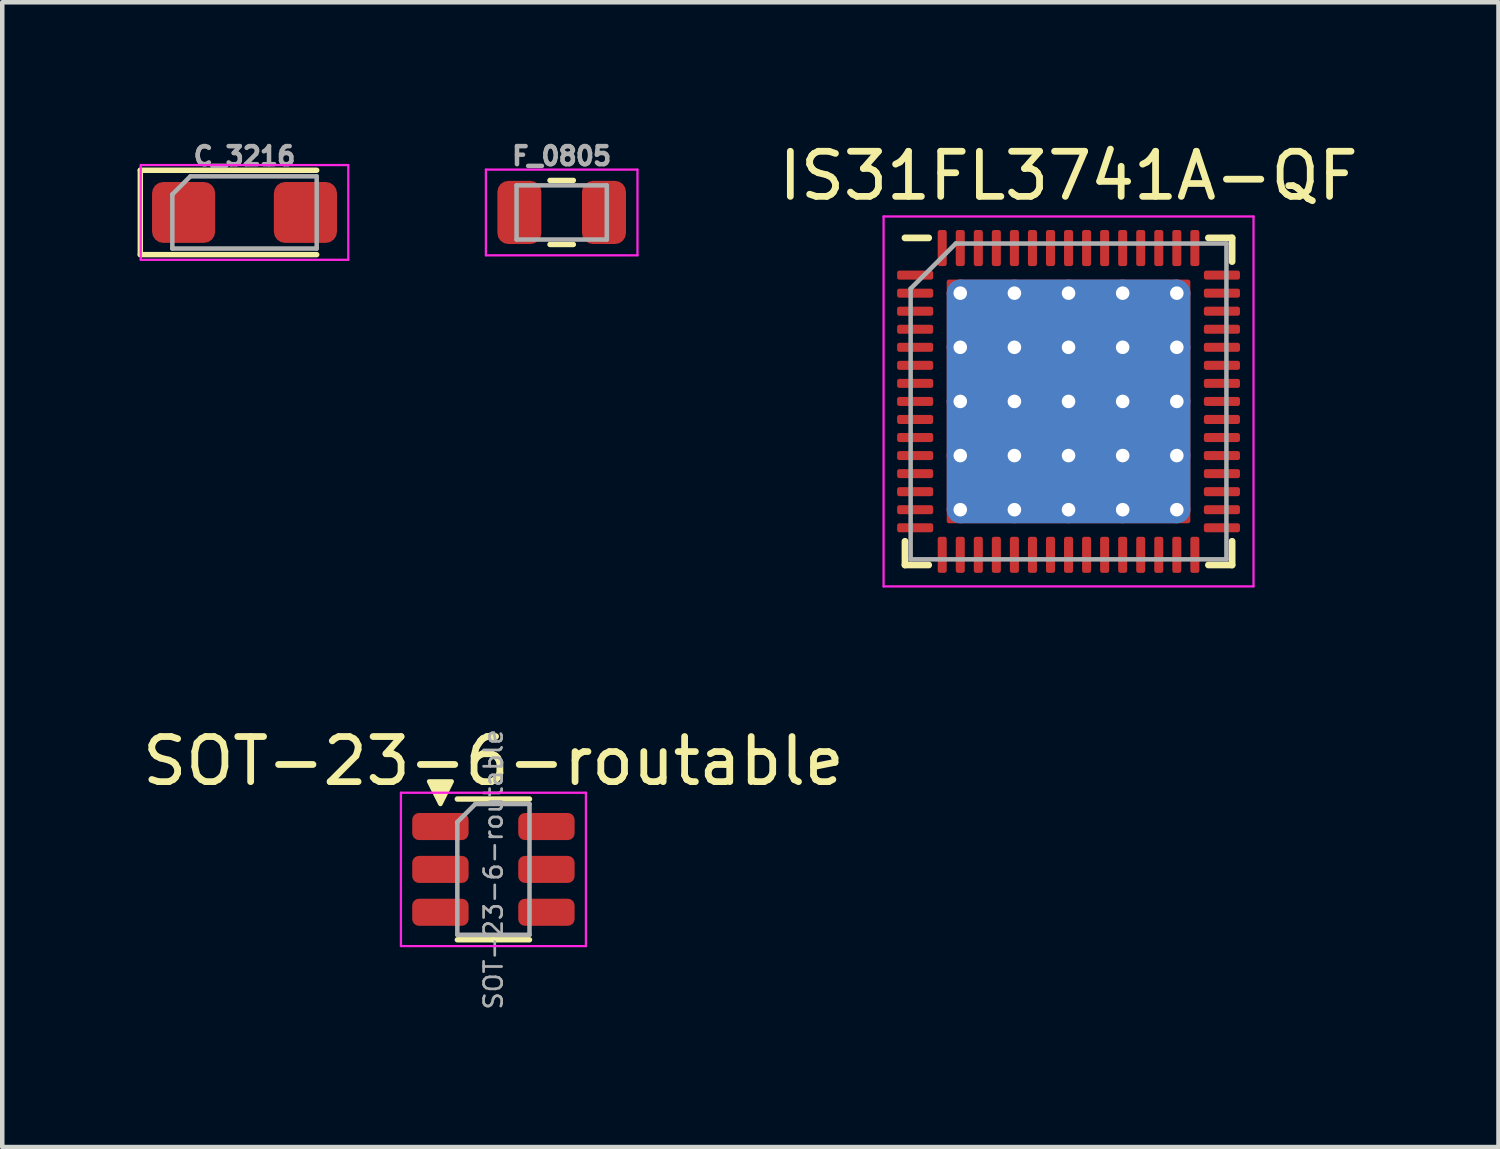
<source format=kicad_pcb>
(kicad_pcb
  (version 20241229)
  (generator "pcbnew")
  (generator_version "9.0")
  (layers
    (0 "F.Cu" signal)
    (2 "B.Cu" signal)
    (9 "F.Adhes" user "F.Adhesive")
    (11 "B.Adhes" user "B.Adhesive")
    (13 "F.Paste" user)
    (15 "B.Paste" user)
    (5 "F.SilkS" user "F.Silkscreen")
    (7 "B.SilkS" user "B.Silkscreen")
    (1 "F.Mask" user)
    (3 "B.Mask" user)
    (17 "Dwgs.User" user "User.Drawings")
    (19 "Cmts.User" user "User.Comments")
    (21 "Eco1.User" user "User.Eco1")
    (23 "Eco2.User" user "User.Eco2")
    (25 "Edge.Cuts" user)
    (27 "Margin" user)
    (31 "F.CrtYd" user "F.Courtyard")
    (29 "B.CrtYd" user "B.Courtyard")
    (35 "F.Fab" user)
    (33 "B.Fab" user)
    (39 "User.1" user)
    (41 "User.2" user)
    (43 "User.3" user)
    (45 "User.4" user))
  (footprint "SOT-23-6-routable"
    (layer "F.Cu")
    (at 7.887 16.221)
    (property "Reference" "SOT-23-6-routable" (at 0 -2.4 0) (layer "F.SilkS") (effects (font (size 1 1) (thickness 0.15))))
    (property "Value" "${VALUE}" (at 0 2 0) (layer "F.Fab") (hide yes) (effects (font (size 0.4 0.4) (thickness 0.15))))
    (attr smd)
    (fp_line (start -0.8 -1.56) (end 0.8 -1.56) (stroke (width 0.12) (type solid)) (layer "F.SilkS"))
    (fp_line (start 0 1.56) (end -0.8 1.56) (stroke (width 0.12) (type solid)) (layer "F.SilkS"))
    (fp_line (start 0 1.56) (end 0.8 1.56) (stroke (width 0.12) (type solid)) (layer "F.SilkS"))
    (fp_poly (pts (xy -1.175 -1.45) (xy -1.425 -1.95) (xy -0.925 -1.95)) (stroke (width 0.1) (type solid)) (fill yes) (layer "F.SilkS"))
    (fp_line (start -2.05 -1.7) (end -2.05 1.7) (stroke (width 0.05) (type solid)) (layer "F.CrtYd"))
    (fp_line (start -2.05 1.7) (end 2.05 1.7) (stroke (width 0.05) (type solid)) (layer "F.CrtYd"))
    (fp_line (start 2.05 -1.7) (end -2.05 -1.7) (stroke (width 0.05) (type solid)) (layer "F.CrtYd"))
    (fp_line (start 2.05 1.7) (end 2.05 -1.7) (stroke (width 0.05) (type solid)) (layer "F.CrtYd"))
    (fp_line (start -0.8 -1.05) (end -0.4 -1.45) (stroke (width 0.1) (type solid)) (layer "F.Fab"))
    (fp_line (start -0.8 1.45) (end -0.8 -1.05) (stroke (width 0.1) (type solid)) (layer "F.Fab"))
    (fp_line (start -0.4 -1.45) (end 0.8 -1.45) (stroke (width 0.1) (type solid)) (layer "F.Fab"))
    (fp_line (start 0.8 -1.45) (end 0.8 1.45) (stroke (width 0.1) (type solid)) (layer "F.Fab"))
    (fp_line (start 0.8 1.45) (end -0.8 1.45) (stroke (width 0.1) (type solid)) (layer "F.Fab"))
    (fp_text user "${REFERENCE}" (at 0 0 90) (layer "F.Fab") (effects (font (size 0.4 0.4) (thickness 0.06))))
    (pad "1" smd roundrect (at -1.175 -0.95) (size 1.25 0.6) (layers "F.Cu" "F.Mask" "F.Paste") (roundrect_rratio 0.25))
    (pad "2" smd roundrect (at -1.175 0) (size 1.25 0.6) (layers "F.Cu" "F.Mask" "F.Paste") (roundrect_rratio 0.25))
    (pad "3" smd roundrect (at -1.175 0.95) (size 1.25 0.6) (layers "F.Cu" "F.Mask" "F.Paste") (roundrect_rratio 0.25))
    (pad "4" smd roundrect (at 1.175 0.95) (size 1.25 0.6) (layers "F.Cu" "F.Mask" "F.Paste") (roundrect_rratio 0.25))
    (pad "5" smd roundrect (at 1.175 0) (size 1.25 0.6) (layers "F.Cu" "F.Mask" "F.Paste") (roundrect_rratio 0.25))
    (pad "6" smd roundrect (at 1.175 -0.95) (size 1.25 0.6) (layers "F.Cu" "F.Mask" "F.Paste") (roundrect_rratio 0.25)))
  (footprint "C_3216"
    (layer "F.Cu")
    (at 2.37 1.659)
    (property "Reference" "C_3216" (at 0 -1.25 0) (layer "F.Fab") (effects (font (size 0.4 0.4) (thickness 0.15))))
    (property "Value" "${VALUE}" (at 0 1.25 0) (layer "F.Fab") (hide yes) (effects (font (size 0.4 0.4) (thickness 0.15))))
    (attr smd)
    (fp_line (start -2.31 -0.935) (end -2.31 0.935) (stroke (width 0.12) (type solid)) (layer "F.SilkS"))
    (fp_line (start -2.31 0.935) (end 1.6 0.935) (stroke (width 0.12) (type solid)) (layer "F.SilkS"))
    (fp_line (start 1.6 -0.935) (end -2.31 -0.935) (stroke (width 0.12) (type solid)) (layer "F.SilkS"))
    (fp_line (start -2.3 -1.05) (end 2.3 -1.05) (stroke (width 0.05) (type solid)) (layer "F.CrtYd"))
    (fp_line (start -2.3 1.05) (end -2.3 -1.05) (stroke (width 0.05) (type solid)) (layer "F.CrtYd"))
    (fp_line (start 2.3 -1.05) (end 2.3 1.05) (stroke (width 0.05) (type solid)) (layer "F.CrtYd"))
    (fp_line (start 2.3 1.05) (end -2.3 1.05) (stroke (width 0.05) (type solid)) (layer "F.CrtYd"))
    (fp_line (start -1.6 -0.4) (end -1.6 0.8) (stroke (width 0.1) (type solid)) (layer "F.Fab"))
    (fp_line (start -1.6 0.8) (end 1.6 0.8) (stroke (width 0.1) (type solid)) (layer "F.Fab"))
    (fp_line (start -1.2 -0.8) (end -1.6 -0.4) (stroke (width 0.1) (type solid)) (layer "F.Fab"))
    (fp_line (start 1.6 -0.8) (end -1.2 -0.8) (stroke (width 0.1) (type solid)) (layer "F.Fab"))
    (fp_line (start 1.6 0.8) (end 1.6 -0.8) (stroke (width 0.1) (type solid)) (layer "F.Fab"))
    (pad "1" smd roundrect (at -1.35 0) (size 1.4 1.35) (layers "F.Cu" "F.Mask" "F.Paste") (roundrect_rratio 0.185))
    (pad "2" smd roundrect (at 1.35 0) (size 1.4 1.35) (layers "F.Cu" "F.Mask" "F.Paste") (roundrect_rratio 0.185)))
  (footprint "IS31FL3741A-QF"
    (layer "F.Cu")
    (at 20.635 5.848)
    (property "Reference" "IS31FL3741A-QF" (at 0 -5 0) (layer "F.SilkS") (effects (font (size 1 1) (thickness 0.15))))
    (attr smd)
    (fp_line (start -3.625 3.625) (end -3.625 3.1) (stroke (width 0.15) (type solid)) (layer "F.SilkS"))
    (fp_line (start -3.1 -3.625) (end -3.625 -3.625) (stroke (width 0.15) (type solid)) (layer "F.SilkS"))
    (fp_line (start -3.1 3.625) (end -3.625 3.625) (stroke (width 0.15) (type solid)) (layer "F.SilkS"))
    (fp_line (start 3.1 -3.625) (end 3.625 -3.625) (stroke (width 0.15) (type solid)) (layer "F.SilkS"))
    (fp_line (start 3.1 3.625) (end 3.625 3.625) (stroke (width 0.15) (type solid)) (layer "F.SilkS"))
    (fp_line (start 3.625 -3.625) (end 3.625 -3.1) (stroke (width 0.15) (type solid)) (layer "F.SilkS"))
    (fp_line (start 3.625 3.625) (end 3.625 3.1) (stroke (width 0.15) (type solid)) (layer "F.SilkS"))
    (fp_line (start -4.1 -4.1) (end -4.1 4.1) (stroke (width 0.05) (type solid)) (layer "F.CrtYd"))
    (fp_line (start -4.1 4.1) (end 4.1 4.1) (stroke (width 0.05) (type solid)) (layer "F.CrtYd"))
    (fp_line (start 4.1 -4.1) (end -4.1 -4.1) (stroke (width 0.05) (type solid)) (layer "F.CrtYd"))
    (fp_line (start 4.1 4.1) (end 4.1 -4.1) (stroke (width 0.05) (type solid)) (layer "F.CrtYd"))
    (fp_line (start -3.5 -2.5) (end -2.5 -3.5) (stroke (width 0.1) (type solid)) (layer "F.Fab"))
    (fp_line (start -3.5 3.5) (end -3.5 -2.5) (stroke (width 0.1) (type solid)) (layer "F.Fab"))
    (fp_line (start -2.5 -3.5) (end 3.5 -3.5) (stroke (width 0.1) (type solid)) (layer "F.Fab"))
    (fp_line (start 3.5 -3.5) (end 3.5 3.5) (stroke (width 0.1) (type solid)) (layer "F.Fab"))
    (fp_line (start 3.5 3.5) (end -3.5 3.5) (stroke (width 0.1) (type solid)) (layer "F.Fab"))
    (pad "" smd roundrect (at -1.8 -1.8) (size 1 1) (layers "F.Paste") (roundrect_rratio 0.2))
    (pad "" smd roundrect (at -1.8 -0.6) (size 1 1) (layers "F.Paste") (roundrect_rratio 0.2))
    (pad "" smd roundrect (at -1.8 0.6) (size 1 1) (layers "F.Paste") (roundrect_rratio 0.2))
    (pad "" smd roundrect (at -1.8 1.8) (size 1 1) (layers "F.Paste") (roundrect_rratio 0.2))
    (pad "" smd roundrect (at -0.6 -1.8) (size 1 1) (layers "F.Paste") (roundrect_rratio 0.2))
    (pad "" smd roundrect (at -0.6 -0.6) (size 1 1) (layers "F.Paste") (roundrect_rratio 0.2))
    (pad "" smd roundrect (at -0.6 0.6) (size 1 1) (layers "F.Paste") (roundrect_rratio 0.2))
    (pad "" smd roundrect (at -0.6 1.8) (size 1 1) (layers "F.Paste") (roundrect_rratio 0.2))
    (pad "" smd roundrect (at 0.6 -1.8) (size 1 1) (layers "F.Paste") (roundrect_rratio 0.2))
    (pad "" smd roundrect (at 0.6 -0.6) (size 1 1) (layers "F.Paste") (roundrect_rratio 0.2))
    (pad "" smd roundrect (at 0.6 0.6) (size 1 1) (layers "F.Paste") (roundrect_rratio 0.2))
    (pad "" smd roundrect (at 0.6 1.8) (size 1 1) (layers "F.Paste") (roundrect_rratio 0.2))
    (pad "" smd roundrect (at 1.8 -1.8) (size 1 1) (layers "F.Paste") (roundrect_rratio 0.2))
    (pad "" smd roundrect (at 1.8 -0.6) (size 1 1) (layers "F.Paste") (roundrect_rratio 0.2))
    (pad "" smd roundrect (at 1.8 0.6) (size 1 1) (layers "F.Paste") (roundrect_rratio 0.2))
    (pad "" smd roundrect (at 1.8 1.8) (size 1 1) (layers "F.Paste") (roundrect_rratio 0.2))
    (pad "1" smd roundrect (at -3.4 -2.8) (size 0.8 0.2) (layers "F.Cu" "F.Mask" "F.Paste") (roundrect_rratio 0.25))
    (pad "2" smd roundrect (at -3.4 -2.4) (size 0.8 0.2) (layers "F.Cu" "F.Mask" "F.Paste") (roundrect_rratio 0.25))
    (pad "3" smd roundrect (at -3.4 -2) (size 0.8 0.2) (layers "F.Cu" "F.Mask" "F.Paste") (roundrect_rratio 0.25))
    (pad "4" smd roundrect (at -3.4 -1.6) (size 0.8 0.2) (layers "F.Cu" "F.Mask" "F.Paste") (roundrect_rratio 0.25))
    (pad "5" smd roundrect (at -3.4 -1.2) (size 0.8 0.2) (layers "F.Cu" "F.Mask" "F.Paste") (roundrect_rratio 0.25))
    (pad "6" smd roundrect (at -3.4 -0.8) (size 0.8 0.2) (layers "F.Cu" "F.Mask" "F.Paste") (roundrect_rratio 0.25))
    (pad "7" smd roundrect (at -3.4 -0.4) (size 0.8 0.2) (layers "F.Cu" "F.Mask" "F.Paste") (roundrect_rratio 0.25))
    (pad "8" smd roundrect (at -3.4 0) (size 0.8 0.2) (layers "F.Cu" "F.Mask" "F.Paste") (roundrect_rratio 0.25))
    (pad "9" smd roundrect (at -3.4 0.4) (size 0.8 0.2) (layers "F.Cu" "F.Mask" "F.Paste") (roundrect_rratio 0.25))
    (pad "10" smd roundrect (at -3.4 0.8) (size 0.8 0.2) (layers "F.Cu" "F.Mask" "F.Paste") (roundrect_rratio 0.25))
    (pad "11" smd roundrect (at -3.4 1.2) (size 0.8 0.2) (layers "F.Cu" "F.Mask" "F.Paste") (roundrect_rratio 0.25))
    (pad "12" smd roundrect (at -3.4 1.6) (size 0.8 0.2) (layers "F.Cu" "F.Mask" "F.Paste") (roundrect_rratio 0.25))
    (pad "13" smd roundrect (at -3.4 2) (size 0.8 0.2) (layers "F.Cu" "F.Mask" "F.Paste") (roundrect_rratio 0.25))
    (pad "14" smd roundrect (at -3.4 2.4) (size 0.8 0.2) (layers "F.Cu" "F.Mask" "F.Paste") (roundrect_rratio 0.25))
    (pad "15" smd roundrect (at -3.4 2.8) (size 0.8 0.2) (layers "F.Cu" "F.Mask" "F.Paste") (roundrect_rratio 0.25))
    (pad "16" smd roundrect (at -2.8 3.4 90) (size 0.8 0.2) (layers "F.Cu" "F.Mask" "F.Paste") (roundrect_rratio 0.25))
    (pad "17" smd roundrect (at -2.4 3.4 90) (size 0.8 0.2) (layers "F.Cu" "F.Mask" "F.Paste") (roundrect_rratio 0.25))
    (pad "18" smd roundrect (at -2 3.4 90) (size 0.8 0.2) (layers "F.Cu" "F.Mask" "F.Paste") (roundrect_rratio 0.25))
    (pad "19" smd roundrect (at -1.6 3.4 90) (size 0.8 0.2) (layers "F.Cu" "F.Mask" "F.Paste") (roundrect_rratio 0.25))
    (pad "20" smd roundrect (at -1.2 3.4 90) (size 0.8 0.2) (layers "F.Cu" "F.Mask" "F.Paste") (roundrect_rratio 0.25))
    (pad "21" smd roundrect (at -0.8 3.4 90) (size 0.8 0.2) (layers "F.Cu" "F.Mask" "F.Paste") (roundrect_rratio 0.25))
    (pad "22" smd roundrect (at -0.4 3.4 90) (size 0.8 0.2) (layers "F.Cu" "F.Mask" "F.Paste") (roundrect_rratio 0.25))
    (pad "23" smd roundrect (at 0 3.4 90) (size 0.8 0.2) (layers "F.Cu" "F.Mask" "F.Paste") (roundrect_rratio 0.25))
    (pad "24" smd roundrect (at 0.4 3.4 90) (size 0.8 0.2) (layers "F.Cu" "F.Mask" "F.Paste") (roundrect_rratio 0.25))
    (pad "25" smd roundrect (at 0.8 3.4 90) (size 0.8 0.2) (layers "F.Cu" "F.Mask" "F.Paste") (roundrect_rratio 0.25))
    (pad "26" smd roundrect (at 1.2 3.4 90) (size 0.8 0.2) (layers "F.Cu" "F.Mask" "F.Paste") (roundrect_rratio 0.25))
    (pad "27" smd roundrect (at 1.6 3.4 90) (size 0.8 0.2) (layers "F.Cu" "F.Mask" "F.Paste") (roundrect_rratio 0.25))
    (pad "28" smd roundrect (at 2 3.4 90) (size 0.8 0.2) (layers "F.Cu" "F.Mask" "F.Paste") (roundrect_rratio 0.25))
    (pad "29" smd roundrect (at 2.4 3.4 90) (size 0.8 0.2) (layers "F.Cu" "F.Mask" "F.Paste") (roundrect_rratio 0.25))
    (pad "30" smd roundrect (at 2.8 3.4 90) (size 0.8 0.2) (layers "F.Cu" "F.Mask" "F.Paste") (roundrect_rratio 0.25))
    (pad "31" smd roundrect (at 3.4 2.8) (size 0.8 0.2) (layers "F.Cu" "F.Mask" "F.Paste") (roundrect_rratio 0.25))
    (pad "32" smd roundrect (at 3.4 2.4) (size 0.8 0.2) (layers "F.Cu" "F.Mask" "F.Paste") (roundrect_rratio 0.25))
    (pad "33" smd roundrect (at 3.4 2) (size 0.8 0.2) (layers "F.Cu" "F.Mask" "F.Paste") (roundrect_rratio 0.25))
    (pad "34" smd roundrect (at 3.4 1.6) (size 0.8 0.2) (layers "F.Cu" "F.Mask" "F.Paste") (roundrect_rratio 0.25))
    (pad "35" smd roundrect (at 3.4 1.2) (size 0.8 0.2) (layers "F.Cu" "F.Mask" "F.Paste") (roundrect_rratio 0.25))
    (pad "36" smd roundrect (at 3.4 0.8) (size 0.8 0.2) (layers "F.Cu" "F.Mask" "F.Paste") (roundrect_rratio 0.25))
    (pad "37" smd roundrect (at 3.4 0.4) (size 0.8 0.2) (layers "F.Cu" "F.Mask" "F.Paste") (roundrect_rratio 0.25))
    (pad "38" smd roundrect (at 3.4 0) (size 0.8 0.2) (layers "F.Cu" "F.Mask" "F.Paste") (roundrect_rratio 0.25))
    (pad "39" smd roundrect (at 3.4 -0.4) (size 0.8 0.2) (layers "F.Cu" "F.Mask" "F.Paste") (roundrect_rratio 0.25))
    (pad "40" smd roundrect (at 3.4 -0.8) (size 0.8 0.2) (layers "F.Cu" "F.Mask" "F.Paste") (roundrect_rratio 0.25))
    (pad "41" smd roundrect (at 3.4 -1.2) (size 0.8 0.2) (layers "F.Cu" "F.Mask" "F.Paste") (roundrect_rratio 0.25))
    (pad "42" smd roundrect (at 3.4 -1.6) (size 0.8 0.2) (layers "F.Cu" "F.Mask" "F.Paste") (roundrect_rratio 0.25))
    (pad "43" smd roundrect (at 3.4 -2) (size 0.8 0.2) (layers "F.Cu" "F.Mask" "F.Paste") (roundrect_rratio 0.25))
    (pad "44" smd roundrect (at 3.4 -2.4) (size 0.8 0.2) (layers "F.Cu" "F.Mask" "F.Paste") (roundrect_rratio 0.25))
    (pad "45" smd roundrect (at 3.4 -2.8) (size 0.8 0.2) (layers "F.Cu" "F.Mask" "F.Paste") (roundrect_rratio 0.25))
    (pad "46" smd roundrect (at 2.8 -3.4 90) (size 0.8 0.2) (layers "F.Cu" "F.Mask" "F.Paste") (roundrect_rratio 0.25))
    (pad "47" smd roundrect (at 2.4 -3.4 90) (size 0.8 0.2) (layers "F.Cu" "F.Mask" "F.Paste") (roundrect_rratio 0.25))
    (pad "48" smd roundrect (at 2 -3.4 90) (size 0.8 0.2) (layers "F.Cu" "F.Mask" "F.Paste") (roundrect_rratio 0.25))
    (pad "49" smd roundrect (at 1.6 -3.4 90) (size 0.8 0.2) (layers "F.Cu" "F.Mask" "F.Paste") (roundrect_rratio 0.25))
    (pad "50" smd roundrect (at 1.2 -3.4 90) (size 0.8 0.2) (layers "F.Cu" "F.Mask" "F.Paste") (roundrect_rratio 0.25))
    (pad "51" smd roundrect (at 0.8 -3.4 90) (size 0.8 0.2) (layers "F.Cu" "F.Mask" "F.Paste") (roundrect_rratio 0.25))
    (pad "52" smd roundrect (at 0.4 -3.4 90) (size 0.8 0.2) (layers "F.Cu" "F.Mask" "F.Paste") (roundrect_rratio 0.25))
    (pad "53" smd roundrect (at 0 -3.4 90) (size 0.8 0.2) (layers "F.Cu" "F.Mask" "F.Paste") (roundrect_rratio 0.25))
    (pad "54" smd roundrect (at -0.4 -3.4 90) (size 0.8 0.2) (layers "F.Cu" "F.Mask" "F.Paste") (roundrect_rratio 0.25))
    (pad "55" smd roundrect (at -0.8 -3.4 90) (size 0.8 0.2) (layers "F.Cu" "F.Mask" "F.Paste") (roundrect_rratio 0.25))
    (pad "56" smd roundrect (at -1.2 -3.4 90) (size 0.8 0.2) (layers "F.Cu" "F.Mask" "F.Paste") (roundrect_rratio 0.25))
    (pad "57" smd roundrect (at -1.6 -3.4 90) (size 0.8 0.2) (layers "F.Cu" "F.Mask" "F.Paste") (roundrect_rratio 0.25))
    (pad "58" smd roundrect (at -2 -3.4 90) (size 0.8 0.2) (layers "F.Cu" "F.Mask" "F.Paste") (roundrect_rratio 0.25))
    (pad "59" smd roundrect (at -2.4 -3.4 90) (size 0.8 0.2) (layers "F.Cu" "F.Mask" "F.Paste") (roundrect_rratio 0.25))
    (pad "60" smd roundrect (at -2.8 -3.4 90) (size 0.8 0.2) (layers "F.Cu" "F.Mask" "F.Paste") (roundrect_rratio 0.25))
    (pad "61" thru_hole circle (at -2.4 -2.4) (size 0.6 0.6) (drill 0.3) (layers "*.Cu"))
    (pad "61" thru_hole circle (at -2.4 -1.2) (size 0.6 0.6) (drill 0.3) (layers "*.Cu"))
    (pad "61" thru_hole circle (at -2.4 0) (size 0.6 0.6) (drill 0.3) (layers "*.Cu"))
    (pad "61" thru_hole circle (at -2.4 1.2) (size 0.6 0.6) (drill 0.3) (layers "*.Cu"))
    (pad "61" thru_hole circle (at -2.4 2.4) (size 0.6 0.6) (drill 0.3) (layers "*.Cu"))
    (pad "61" thru_hole circle (at -1.2 -2.4) (size 0.6 0.6) (drill 0.3) (layers "*.Cu"))
    (pad "61" thru_hole circle (at -1.2 -1.2) (size 0.6 0.6) (drill 0.3) (layers "*.Cu"))
    (pad "61" thru_hole circle (at -1.2 0) (size 0.6 0.6) (drill 0.3) (layers "*.Cu"))
    (pad "61" thru_hole circle (at -1.2 1.2) (size 0.6 0.6) (drill 0.3) (layers "*.Cu"))
    (pad "61" thru_hole circle (at -1.2 2.4) (size 0.6 0.6) (drill 0.3) (layers "*.Cu"))
    (pad "61" thru_hole circle (at 0 -2.4) (size 0.6 0.6) (drill 0.3) (layers "*.Cu"))
    (pad "61" thru_hole circle (at 0 -1.2) (size 0.6 0.6) (drill 0.3) (layers "*.Cu"))
    (pad "61" thru_hole circle (at 0 0) (size 0.6 0.6) (drill 0.3) (layers "*.Cu"))
    (pad "61" smd roundrect (at 0 0) (size 5.4 5.4) (layers "F.Cu" "F.Mask") (roundrect_rratio 0.009))
    (pad "61" smd roundrect (at 0 0) (size 5.4 5.4) (layers "B.Cu") (roundrect_rratio 0.056))
    (pad "61" thru_hole circle (at 0 1.2) (size 0.6 0.6) (drill 0.3) (layers "*.Cu"))
    (pad "61" thru_hole circle (at 0 2.4) (size 0.6 0.6) (drill 0.3) (layers "*.Cu"))
    (pad "61" thru_hole circle (at 1.2 -2.4) (size 0.6 0.6) (drill 0.3) (layers "*.Cu"))
    (pad "61" thru_hole circle (at 1.2 -1.2) (size 0.6 0.6) (drill 0.3) (layers "*.Cu"))
    (pad "61" thru_hole circle (at 1.2 0) (size 0.6 0.6) (drill 0.3) (layers "*.Cu"))
    (pad "61" thru_hole circle (at 1.2 1.2) (size 0.6 0.6) (drill 0.3) (layers "*.Cu"))
    (pad "61" thru_hole circle (at 1.2 2.4) (size 0.6 0.6) (drill 0.3) (layers "*.Cu"))
    (pad "61" thru_hole circle (at 2.4 -2.4) (size 0.6 0.6) (drill 0.3) (layers "*.Cu"))
    (pad "61" thru_hole circle (at 2.4 -1.2) (size 0.6 0.6) (drill 0.3) (layers "*.Cu"))
    (pad "61" thru_hole circle (at 2.4 0) (size 0.6 0.6) (drill 0.3) (layers "*.Cu"))
    (pad "61" thru_hole circle (at 2.4 1.2) (size 0.6 0.6) (drill 0.3) (layers "*.Cu"))
    (pad "61" thru_hole circle (at 2.4 2.4) (size 0.6 0.6) (drill 0.3) (layers "*.Cu")))
  (footprint "F_0805"
    (layer "F.Cu")
    (at 9.4 1.659)
    (property "Reference" "F_0805" (at 0 -1.25 0) (layer "F.Fab") (effects (font (size 0.4 0.4) (thickness 0.15))))
    (property "Value" "${VALUE}" (at 0 1.25 0) (layer "F.Fab") (hide yes) (effects (font (size 0.4 0.4) (thickness 0.15))))
    (attr smd)
    (fp_line (start -0.259 -0.71) (end 0.259 -0.71) (stroke (width 0.12) (type solid)) (layer "F.SilkS"))
    (fp_line (start -0.259 0.71) (end 0.259 0.71) (stroke (width 0.12) (type solid)) (layer "F.SilkS"))
    (fp_line (start -1.68 -0.95) (end 1.68 -0.95) (stroke (width 0.05) (type solid)) (layer "F.CrtYd"))
    (fp_line (start -1.68 0.95) (end -1.68 -0.95) (stroke (width 0.05) (type solid)) (layer "F.CrtYd"))
    (fp_line (start 1.68 -0.95) (end 1.68 0.95) (stroke (width 0.05) (type solid)) (layer "F.CrtYd"))
    (fp_line (start 1.68 0.95) (end -1.68 0.95) (stroke (width 0.05) (type solid)) (layer "F.CrtYd"))
    (fp_line (start -1 -0.6) (end 1 -0.6) (stroke (width 0.1) (type solid)) (layer "F.Fab"))
    (fp_line (start -1 0.6) (end -1 -0.6) (stroke (width 0.1) (type solid)) (layer "F.Fab"))
    (fp_line (start 1 -0.6) (end 1 0.6) (stroke (width 0.1) (type solid)) (layer "F.Fab"))
    (fp_line (start 1 0.6) (end -1 0.6) (stroke (width 0.1) (type solid)) (layer "F.Fab"))
    (pad "1" smd roundrect (at -0.938 0) (size 0.975 1.4) (layers "F.Cu" "F.Mask" "F.Paste") (roundrect_rratio 0.25))
    (pad "2" smd roundrect (at 0.938 0) (size 0.975 1.4) (layers "F.Cu" "F.Mask" "F.Paste") (roundrect_rratio 0.25)))
  (gr_rect
    (start -3 -3)
    (end 30.165 22.376)
    (stroke (width 0.1) (type default))
    (fill no)
    (layer "Edge.Cuts")))
</source>
